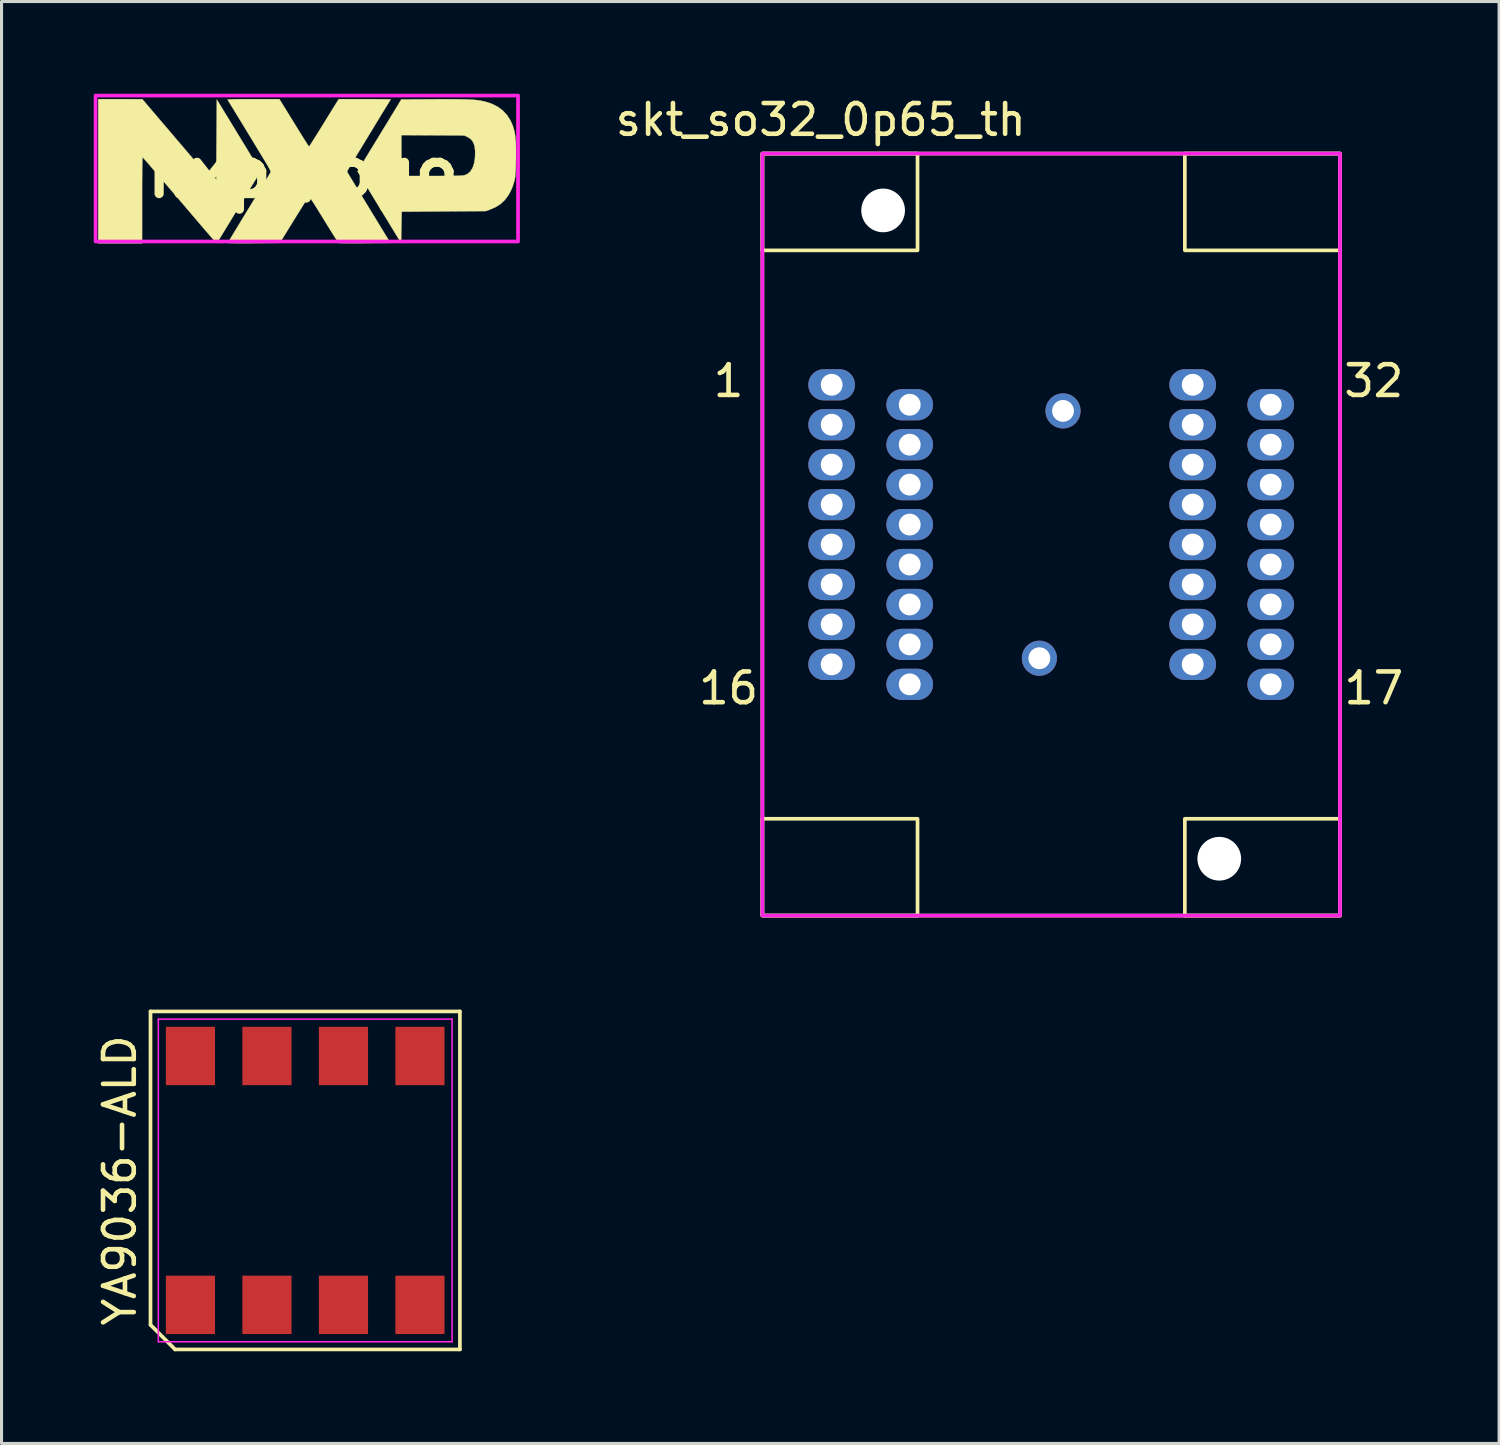
<source format=kicad_pcb>
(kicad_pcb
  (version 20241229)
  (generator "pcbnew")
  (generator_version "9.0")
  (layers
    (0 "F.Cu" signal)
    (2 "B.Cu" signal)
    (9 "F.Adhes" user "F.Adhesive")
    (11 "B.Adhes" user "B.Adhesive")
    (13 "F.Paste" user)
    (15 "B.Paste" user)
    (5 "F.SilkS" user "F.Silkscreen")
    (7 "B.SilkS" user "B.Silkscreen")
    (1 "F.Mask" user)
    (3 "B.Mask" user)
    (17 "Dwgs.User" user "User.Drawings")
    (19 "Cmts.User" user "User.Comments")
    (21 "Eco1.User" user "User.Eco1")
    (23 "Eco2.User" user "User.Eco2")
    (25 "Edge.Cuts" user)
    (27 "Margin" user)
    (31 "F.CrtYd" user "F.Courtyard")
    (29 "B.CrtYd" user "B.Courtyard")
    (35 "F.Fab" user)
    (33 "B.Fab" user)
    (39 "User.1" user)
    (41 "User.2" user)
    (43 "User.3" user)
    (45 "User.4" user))
  (footprint "nxp_logo"
    (layer "F.Cu")
    (at 6.81 2.56)
    (property "Reference" "nxp_logo" (at 0 0 0) (layer "F.SilkS") (effects (font (size 1.524 1.524) (thickness 0.3))))
    (attr through_hole)
    (fp_poly (pts (xy 4.976 -2.38) (xy 5.149 -2.378) (xy 5.297 -2.375) (xy 5.425 -2.37) (xy 5.534 -2.363) (xy 5.63 -2.355) (xy 5.716 -2.344) (xy 5.794 -2.331) (xy 5.87 -2.316) (xy 5.92 -2.305) (xy 6.139 -2.236) (xy 6.333 -2.139) (xy 6.501 -2.015) (xy 6.64 -1.867) (xy 6.749 -1.695) (xy 6.757 -1.679) (xy 6.806 -1.573) (xy 6.845 -1.468) (xy 6.876 -1.359) (xy 6.9 -1.242) (xy 6.917 -1.109) (xy 6.928 -0.958) (xy 6.933 -0.782) (xy 6.933 -0.576) (xy 6.931 -0.396) (xy 6.927 -0.231) (xy 6.924 -0.1) (xy 6.919 0.005) (xy 6.913 0.087) (xy 6.906 0.153) (xy 6.897 0.209) (xy 6.885 0.26) (xy 6.882 0.274) (xy 6.833 0.433) (xy 6.781 0.567) (xy 6.719 0.687) (xy 6.67 0.766) (xy 6.555 0.914) (xy 6.424 1.034) (xy 6.269 1.131) (xy 6.091 1.209) (xy 5.949 1.26) (xy 4.582 1.27) (xy 3.214 1.28) (xy 3.204 1.79) (xy 3.195 2.3) (xy 2.677 1.448) (xy 2.568 1.27) (xy 2.459 1.091) (xy 2.353 0.916) (xy 2.252 0.75) (xy 2.16 0.599) (xy 2.08 0.467) (xy 2.014 0.358) (xy 1.967 0.282) (xy 1.867 0.117) (xy 3.204 0.117) (xy 4.182 0.117) (xy 4.442 0.117) (xy 4.663 0.116) (xy 4.848 0.114) (xy 4.997 0.111) (xy 5.111 0.107) (xy 5.193 0.102) (xy 5.242 0.096) (xy 5.25 0.095) (xy 5.359 0.048) (xy 5.449 -0.032) (xy 5.519 -0.144) (xy 5.569 -0.287) (xy 5.597 -0.46) (xy 5.601 -0.517) (xy 5.604 -0.692) (xy 5.589 -0.836) (xy 5.555 -0.951) (xy 5.501 -1.041) (xy 5.426 -1.11) (xy 5.357 -1.15) (xy 5.246 -1.202) (xy 4.225 -1.207) (xy 3.204 -1.213) (xy 3.204 0.117) (xy 1.867 0.117) (xy 1.775 -0.034) (xy 2.185 -0.706) (xy 2.291 -0.879) (xy 2.405 -1.065) (xy 2.521 -1.256) (xy 2.635 -1.444) (xy 2.743 -1.62) (xy 2.838 -1.777) (xy 2.898 -1.876) (xy 3.201 -2.374) (xy 4.273 -2.38) (xy 4.541 -2.381) (xy 4.775 -2.381) (xy 4.976 -2.38)) (stroke (width 0.01) (type solid)) (fill yes) (layer "F.SilkS"))
    (fp_poly (pts (xy -5.945 -2.383) (xy -5.227 -2.382) (xy -4.999 -2.114) (xy -4.922 -2.023) (xy -4.821 -1.905) (xy -4.7 -1.762) (xy -4.56 -1.598) (xy -4.403 -1.414) (xy -4.232 -1.214) (xy -4.05 -0.999) (xy -3.857 -0.773) (xy -3.657 -0.539) (xy -3.452 -0.298) (xy -3.265 -0.079) (xy -2.823 0.438) (xy -2.804 -2.371) (xy -2.655 -2.128) (xy -2.603 -2.042) (xy -2.535 -1.93) (xy -2.456 -1.802) (xy -2.372 -1.664) (xy -2.287 -1.524) (xy -2.233 -1.436) (xy -2.14 -1.283) (xy -2.035 -1.11) (xy -1.923 -0.927) (xy -1.814 -0.748) (xy -1.715 -0.584) (xy -1.682 -0.53) (xy -1.608 -0.409) (xy -1.541 -0.298) (xy -1.484 -0.202) (xy -1.438 -0.125) (xy -1.407 -0.072) (xy -1.394 -0.047) (xy -1.394 -0.047) (xy -1.4 -0.022) (xy -1.423 0.03) (xy -1.461 0.1) (xy -1.509 0.182) (xy -1.519 0.2) (xy -1.56 0.266) (xy -1.618 0.361) (xy -1.69 0.479) (xy -1.773 0.615) (xy -1.864 0.763) (xy -1.959 0.92) (xy -2.055 1.078) (xy -2.071 1.104) (xy -2.167 1.262) (xy -2.262 1.418) (xy -2.353 1.568) (xy -2.437 1.705) (xy -2.51 1.825) (xy -2.57 1.923) (xy -2.613 1.994) (xy -2.618 2.003) (xy -2.67 2.088) (xy -2.716 2.165) (xy -2.752 2.225) (xy -2.772 2.261) (xy -2.773 2.263) (xy -2.796 2.294) (xy -2.813 2.302) (xy -2.828 2.286) (xy -2.867 2.244) (xy -2.925 2.178) (xy -2.999 2.093) (xy -3.087 1.991) (xy -3.186 1.876) (xy -3.293 1.751) (xy -3.305 1.737) (xy -3.565 1.432) (xy -3.801 1.155) (xy -4.014 0.905) (xy -4.205 0.681) (xy -4.376 0.482) (xy -4.527 0.305) (xy -4.659 0.151) (xy -4.774 0.017) (xy -4.873 -0.098) (xy -4.957 -0.195) (xy -5.026 -0.276) (xy -5.083 -0.341) (xy -5.129 -0.393) (xy -5.163 -0.432) (xy -5.189 -0.459) (xy -5.206 -0.477) (xy -5.216 -0.486) (xy -5.22 -0.488) (xy -5.222 -0.469) (xy -5.225 -0.414) (xy -5.227 -0.327) (xy -5.23 -0.209) (xy -5.232 -0.064) (xy -5.233 0.104) (xy -5.235 0.292) (xy -5.236 0.498) (xy -5.236 0.718) (xy -5.236 0.909) (xy -5.236 2.306) (xy -6.663 2.306) (xy -6.663 -2.384) (xy -5.945 -2.383)) (stroke (width 0.01) (type solid)) (fill yes) (layer "F.SilkS"))
    (fp_poly (pts (xy -0.582 -2.086) (xy -0.52 -1.985) (xy -0.443 -1.86) (xy -0.355 -1.718) (xy -0.263 -1.569) (xy -0.172 -1.42) (xy -0.106 -1.314) (xy -0.031 -1.192) (xy 0.038 -1.082) (xy 0.098 -0.988) (xy 0.146 -0.913) (xy 0.18 -0.863) (xy 0.196 -0.841) (xy 0.197 -0.84) (xy 0.21 -0.856) (xy 0.241 -0.902) (xy 0.287 -0.974) (xy 0.347 -1.069) (xy 0.419 -1.182) (xy 0.5 -1.311) (xy 0.587 -1.452) (xy 0.61 -1.49) (xy 0.703 -1.639) (xy 0.791 -1.783) (xy 0.874 -1.916) (xy 0.947 -2.035) (xy 1.009 -2.135) (xy 1.056 -2.211) (xy 1.085 -2.258) (xy 1.087 -2.261) (xy 1.163 -2.383) (xy 2.008 -2.383) (xy 2.185 -2.383) (xy 2.35 -2.383) (xy 2.498 -2.382) (xy 2.626 -2.381) (xy 2.729 -2.379) (xy 2.803 -2.378) (xy 2.845 -2.376) (xy 2.853 -2.375) (xy 2.843 -2.355) (xy 2.817 -2.311) (xy 2.779 -2.249) (xy 2.757 -2.213) (xy 2.723 -2.159) (xy 2.672 -2.076) (xy 2.608 -1.971) (xy 2.533 -1.849) (xy 2.452 -1.715) (xy 2.367 -1.576) (xy 2.33 -1.514) (xy 2.237 -1.36) (xy 2.137 -1.197) (xy 2.038 -1.033) (xy 1.943 -0.877) (xy 1.857 -0.736) (xy 1.786 -0.62) (xy 1.778 -0.606) (xy 1.684 -0.452) (xy 1.609 -0.329) (xy 1.551 -0.232) (xy 1.507 -0.158) (xy 1.476 -0.104) (xy 1.456 -0.065) (xy 1.445 -0.039) (xy 1.441 -0.022) (xy 1.442 -0.011) (xy 1.446 -0.001) (xy 1.447 -0.000182) (xy 1.46 0.021) (xy 1.491 0.073) (xy 1.539 0.153) (xy 1.603 0.257) (xy 1.68 0.384) (xy 1.769 0.53) (xy 1.868 0.693) (xy 1.976 0.869) (xy 2.09 1.056) (xy 2.155 1.163) (xy 2.845 2.296) (xy 2.014 2.301) (xy 1.837 2.302) (xy 1.672 2.302) (xy 1.523 2.302) (xy 1.394 2.302) (xy 1.29 2.301) (xy 1.214 2.3) (xy 1.171 2.299) (xy 1.163 2.298) (xy 1.149 2.28) (xy 1.116 2.232) (xy 1.068 2.158) (xy 1.006 2.06) (xy 0.932 1.942) (xy 0.848 1.808) (xy 0.756 1.66) (xy 0.674 1.527) (xy 0.563 1.346) (xy 0.471 1.197) (xy 0.395 1.075) (xy 0.334 0.98) (xy 0.286 0.907) (xy 0.25 0.854) (xy 0.223 0.819) (xy 0.203 0.799) (xy 0.19 0.792) (xy 0.181 0.794) (xy 0.179 0.797) (xy 0.163 0.82) (xy 0.13 0.873) (xy 0.08 0.952) (xy 0.016 1.054) (xy -0.059 1.175) (xy -0.144 1.311) (xy -0.236 1.459) (xy -0.3 1.563) (xy -0.753 2.296) (xy -1.597 2.301) (xy -1.775 2.302) (xy -1.94 2.302) (xy -2.088 2.302) (xy -2.215 2.301) (xy -2.318 2.3) (xy -2.393 2.299) (xy -2.434 2.297) (xy -2.442 2.296) (xy -2.433 2.277) (xy -2.406 2.23) (xy -2.365 2.16) (xy -2.313 2.073) (xy -2.253 1.974) (xy -2.25 1.968) (xy -2.135 1.779) (xy -2.008 1.57) (xy -1.873 1.348) (xy -1.735 1.122) (xy -1.6 0.9) (xy -1.472 0.69) (xy -1.356 0.5) (xy -1.29 0.391) (xy -1.225 0.285) (xy -1.166 0.188) (xy -1.117 0.106) (xy -1.08 0.044) (xy -1.06 0.009) (xy -1.058 0.006) (xy -1.053 -0.01) (xy -1.054 -0.031) (xy -1.065 -0.062) (xy -1.085 -0.106) (xy -1.118 -0.167) (xy -1.166 -0.249) (xy -1.23 -0.357) (xy -1.312 -0.492) (xy -1.406 -0.646) (xy -1.511 -0.819) (xy -1.62 -0.999) (xy -1.727 -1.175) (xy -1.824 -1.334) (xy -1.856 -1.387) (xy -1.939 -1.524) (xy -2.026 -1.666) (xy -2.111 -1.806) (xy -2.189 -1.934) (xy -2.256 -2.043) (xy -2.285 -2.091) (xy -2.341 -2.182) (xy -2.389 -2.261) (xy -2.427 -2.322) (xy -2.45 -2.36) (xy -2.455 -2.369) (xy -2.438 -2.372) (xy -2.386 -2.375) (xy -2.303 -2.378) (xy -2.192 -2.38) (xy -2.058 -2.382) (xy -1.904 -2.383) (xy -1.735 -2.384) (xy -1.615 -2.384) (xy -0.766 -2.384) (xy -0.582 -2.086)) (stroke (width 0.01) (type solid)) (fill yes) (layer "F.SilkS"))
    (fp_rect (start -6.75 -2.5) (end 7 2.25) (stroke (width 0.12) (type default)) (fill no) (layer "F.CrtYd")))
  (footprint "skt_so32_0p65_th"
    (layer "F.Cu")
    (at 31.162 14.348)
    (property "Reference" "skt_so32_0p65_th" (at -7.5 -13.5 180) (layer "F.SilkS") (effects (font (size 1 1) (thickness 0.15))))
    (attr through_hole)
    (fp_rect (start -9.4 -12.4) (end -4.35 -9.25) (stroke (width 0.12) (type default)) (fill no) (layer "F.SilkS"))
    (fp_rect (start -9.4 -12.4) (end 9.4 12.4) (stroke (width 0.12) (type default)) (fill no) (layer "F.SilkS"))
    (fp_rect (start -9.4 12.4) (end -4.35 9.25) (stroke (width 0.12) (type default)) (fill no) (layer "F.SilkS"))
    (fp_rect (start 9.4 -12.4) (end 4.35 -9.25) (stroke (width 0.12) (type default)) (fill no) (layer "F.SilkS"))
    (fp_rect (start 9.4 12.4) (end 4.35 9.25) (stroke (width 0.12) (type default)) (fill no) (layer "F.SilkS"))
    (fp_rect (start -9.4 -12.4) (end 9.4 12.4) (stroke (width 0.12) (type default)) (fill no) (layer "F.CrtYd"))
    (fp_text user "17" (at 10.5 5 0) (unlocked yes) (layer "F.SilkS") (effects (font (size 1 1) (thickness 0.15))))
    (fp_text user "16" (at -10.5 5 0) (unlocked yes) (layer "F.SilkS") (effects (font (size 1 1) (thickness 0.15))))
    (fp_text user "1" (at -10.5 -5 0) (unlocked yes) (layer "F.SilkS") (effects (font (size 1 1) (thickness 0.15))))
    (fp_text user "32" (at 10.5 -5 0) (unlocked yes) (layer "F.SilkS") (effects (font (size 1 1) (thickness 0.15))))
    (pad "" np_thru_hole circle (at -5.47 -10.55) (size 1.422 1.422) (drill 1.422) (layers "*.Cu" "*.Mask"))
    (pad "" np_thru_hole circle (at 5.47 10.55) (size 1.422 1.422) (drill 1.422) (layers "*.Cu" "*.Mask"))
    (pad "1" thru_hole oval (at -7.145 -4.875 270) (size 1.016 1.52) (drill 0.711) (layers "*.Cu" "*.Mask"))
    (pad "2" thru_hole oval (at -4.605 -4.225 270) (size 1.016 1.52) (drill 0.711) (layers "*.Cu" "*.Mask"))
    (pad "3" thru_hole oval (at -7.145 -3.575 270) (size 1.016 1.52) (drill 0.711) (layers "*.Cu" "*.Mask"))
    (pad "4" thru_hole oval (at -4.605 -2.925 270) (size 1.016 1.52) (drill 0.711) (layers "*.Cu" "*.Mask"))
    (pad "5" thru_hole oval (at -7.145 -2.275 270) (size 1.016 1.52) (drill 0.711) (layers "*.Cu" "*.Mask"))
    (pad "6" thru_hole oval (at -4.605 -1.625 270) (size 1.016 1.52) (drill 0.711) (layers "*.Cu" "*.Mask"))
    (pad "7" thru_hole oval (at -7.145 -0.975 270) (size 1.016 1.52) (drill 0.711) (layers "*.Cu" "*.Mask"))
    (pad "8" thru_hole oval (at -4.605 -0.325 270) (size 1.016 1.52) (drill 0.711) (layers "*.Cu" "*.Mask"))
    (pad "9" thru_hole oval (at -7.145 0.325 270) (size 1.016 1.52) (drill 0.711) (layers "*.Cu" "*.Mask"))
    (pad "10" thru_hole oval (at -4.605 0.975 270) (size 1.016 1.52) (drill 0.711) (layers "*.Cu" "*.Mask"))
    (pad "11" thru_hole oval (at -7.145 1.625 270) (size 1.016 1.52) (drill 0.711) (layers "*.Cu" "*.Mask"))
    (pad "12" thru_hole oval (at -4.605 2.275 270) (size 1.016 1.52) (drill 0.711) (layers "*.Cu" "*.Mask"))
    (pad "13" thru_hole oval (at -7.145 2.925 270) (size 1.016 1.52) (drill 0.711) (layers "*.Cu" "*.Mask"))
    (pad "14" thru_hole oval (at -4.605 3.575 270) (size 1.016 1.52) (drill 0.711) (layers "*.Cu" "*.Mask"))
    (pad "15" thru_hole oval (at -7.145 4.225 270) (size 1.016 1.52) (drill 0.711) (layers "*.Cu" "*.Mask"))
    (pad "16" thru_hole oval (at -4.605 4.875 270) (size 1.016 1.52) (drill 0.711) (layers "*.Cu" "*.Mask"))
    (pad "17" thru_hole oval (at 7.145 4.875 270) (size 1.016 1.52) (drill 0.711) (layers "*.Cu" "*.Mask"))
    (pad "18" thru_hole oval (at 4.605 4.225 270) (size 1.016 1.52) (drill 0.711) (layers "*.Cu" "*.Mask"))
    (pad "19" thru_hole oval (at 7.145 3.575 270) (size 1.016 1.52) (drill 0.711) (layers "*.Cu" "*.Mask"))
    (pad "20" thru_hole oval (at 4.605 2.925 270) (size 1.016 1.52) (drill 0.711) (layers "*.Cu" "*.Mask"))
    (pad "21" thru_hole oval (at 7.145 2.275 270) (size 1.016 1.52) (drill 0.711) (layers "*.Cu" "*.Mask"))
    (pad "22" thru_hole oval (at 4.605 1.625 270) (size 1.016 1.52) (drill 0.711) (layers "*.Cu" "*.Mask"))
    (pad "23" thru_hole oval (at 7.145 0.975 270) (size 1.016 1.52) (drill 0.711) (layers "*.Cu" "*.Mask"))
    (pad "24" thru_hole oval (at 4.605 0.325 270) (size 1.016 1.52) (drill 0.711) (layers "*.Cu" "*.Mask"))
    (pad "25" thru_hole oval (at 7.145 -0.325 270) (size 1.016 1.52) (drill 0.711) (layers "*.Cu" "*.Mask"))
    (pad "26" thru_hole oval (at 4.605 -0.975 270) (size 1.016 1.52) (drill 0.711) (layers "*.Cu" "*.Mask"))
    (pad "27" thru_hole oval (at 7.145 -1.625 270) (size 1.016 1.52) (drill 0.711) (layers "*.Cu" "*.Mask"))
    (pad "28" thru_hole oval (at 4.605 -2.275 270) (size 1.016 1.52) (drill 0.711) (layers "*.Cu" "*.Mask"))
    (pad "29" thru_hole oval (at 7.145 -2.925 270) (size 1.016 1.52) (drill 0.711) (layers "*.Cu" "*.Mask"))
    (pad "30" thru_hole oval (at 4.605 -3.575 270) (size 1.016 1.52) (drill 0.711) (layers "*.Cu" "*.Mask"))
    (pad "31" thru_hole oval (at 7.145 -4.225 270) (size 1.016 1.52) (drill 0.711) (layers "*.Cu" "*.Mask"))
    (pad "32" thru_hole oval (at 4.605 -4.875 270) (size 1.016 1.52) (drill 0.711) (layers "*.Cu" "*.Mask"))
    (pad "33" thru_hole circle (at -0.385 4.025) (size 1.143 1.143) (drill 0.711) (layers "*.Cu" "*.Mask"))
    (pad "34" thru_hole circle (at 0.385 -4.025) (size 1.143 1.143) (drill 0.711) (layers "*.Cu" "*.Mask")))
  (footprint "YA9036-ALD"
    (layer "F.Cu")
    (at 6.883 35.368)
    (property "Reference" "YA9036-ALD" (at -6.035 0 90) (layer "F.SilkS") (effects (font (size 1 1) (thickness 0.15))))
    (attr smd)
    (fp_line (start -5.035 -5.5) (end 5.035 -5.5) (stroke (width 0.12) (type solid)) (layer "F.SilkS"))
    (fp_line (start -5.035 4.7) (end -5.035 -5.5) (stroke (width 0.12) (type solid)) (layer "F.SilkS"))
    (fp_line (start -4.235 5.5) (end -5.035 4.7) (stroke (width 0.12) (type solid)) (layer "F.SilkS"))
    (fp_line (start 5.035 -5.5) (end 5.035 5.5) (stroke (width 0.12) (type solid)) (layer "F.SilkS"))
    (fp_line (start 5.035 5.5) (end -4.235 5.5) (stroke (width 0.12) (type solid)) (layer "F.SilkS"))
    (fp_line (start -4.78 -5.25) (end 4.78 -5.25) (stroke (width 0.05) (type solid)) (layer "F.CrtYd"))
    (fp_line (start -4.78 5.25) (end -4.78 -5.25) (stroke (width 0.05) (type solid)) (layer "F.CrtYd"))
    (fp_line (start 4.78 -5.25) (end 4.78 5.25) (stroke (width 0.05) (type solid)) (layer "F.CrtYd"))
    (fp_line (start 4.78 5.25) (end -4.78 5.25) (stroke (width 0.05) (type solid)) (layer "F.CrtYd"))
    (pad "1" smd rect (at -3.735 4.05) (size 1.6 1.9) (layers "F.Cu" "F.Mask" "F.Paste"))
    (pad "2" smd rect (at -1.245 4.05) (size 1.6 1.9) (layers "F.Cu" "F.Mask" "F.Paste"))
    (pad "3" smd rect (at 1.245 4.05) (size 1.6 1.9) (layers "F.Cu" "F.Mask" "F.Paste"))
    (pad "4" smd rect (at 3.735 4.05) (size 1.6 1.9) (layers "F.Cu" "F.Mask" "F.Paste"))
    (pad "5" smd rect (at 3.735 -4.05) (size 1.6 1.9) (layers "F.Cu" "F.Mask" "F.Paste"))
    (pad "6" smd rect (at 1.245 -4.05) (size 1.6 1.9) (layers "F.Cu" "F.Mask" "F.Paste"))
    (pad "7" smd rect (at -1.245 -4.05) (size 1.6 1.9) (layers "F.Cu" "F.Mask" "F.Paste"))
    (pad "8" smd rect (at -3.735 -4.05) (size 1.6 1.9) (layers "F.Cu" "F.Mask" "F.Paste")))
  (gr_rect
    (start -3 -3)
    (end 45.739 43.928)
    (stroke (width 0.1) (type default))
    (fill no)
    (layer "Edge.Cuts")))
</source>
